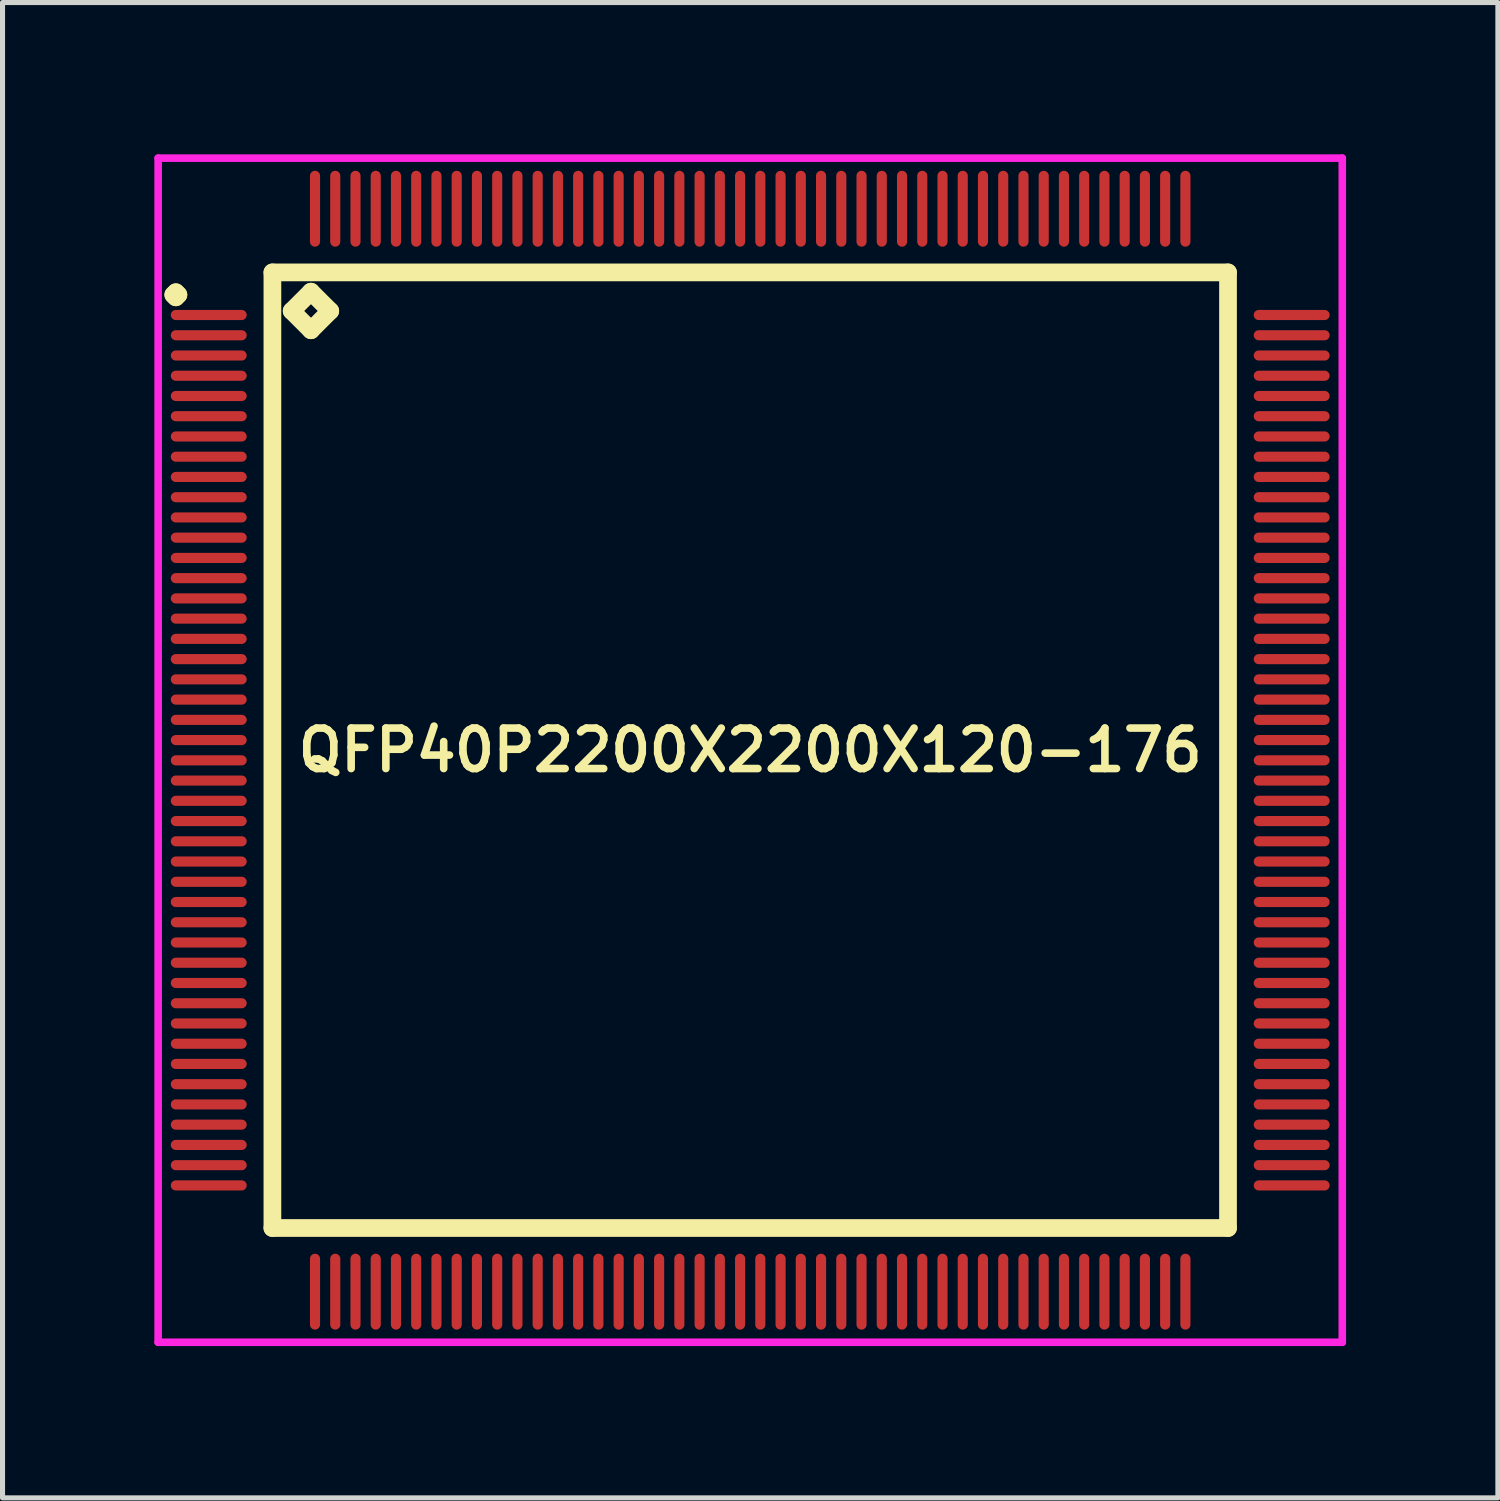
<source format=kicad_pcb>
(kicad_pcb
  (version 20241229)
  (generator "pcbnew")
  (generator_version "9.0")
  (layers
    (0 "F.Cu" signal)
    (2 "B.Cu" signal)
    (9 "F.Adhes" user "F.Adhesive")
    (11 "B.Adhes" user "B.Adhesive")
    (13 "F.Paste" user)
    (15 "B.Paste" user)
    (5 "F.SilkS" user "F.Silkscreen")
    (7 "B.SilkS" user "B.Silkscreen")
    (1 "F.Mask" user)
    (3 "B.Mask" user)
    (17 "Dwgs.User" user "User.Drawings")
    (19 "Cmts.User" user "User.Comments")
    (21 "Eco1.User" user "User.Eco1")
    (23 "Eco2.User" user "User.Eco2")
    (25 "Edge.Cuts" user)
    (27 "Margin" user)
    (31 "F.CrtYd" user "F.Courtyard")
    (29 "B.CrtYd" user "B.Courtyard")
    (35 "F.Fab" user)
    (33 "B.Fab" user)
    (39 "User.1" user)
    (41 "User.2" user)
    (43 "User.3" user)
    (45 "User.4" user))
  (footprint "QFP40P2200X2200X120-176"
    (layer "F.Cu")
    (at 11.775 11.775)
    (property "Reference" "QFP40P2200X2200X120-176" (at 0 0 0) (layer "F.SilkS") (effects (font (size 0.8 0.8) (thickness 0.15))))
    (attr smd)
    (fp_line (start -11.4 -9) (end -11.35 -9.05) (stroke (width 0.35) (type solid)) (layer "F.SilkS"))
    (fp_line (start -11.35 -9.05) (end -11.3 -9) (stroke (width 0.35) (type solid)) (layer "F.SilkS"))
    (fp_line (start -11.35 -8.95) (end -11.4 -9) (stroke (width 0.35) (type solid)) (layer "F.SilkS"))
    (fp_line (start -11.3 -9) (end -11.35 -8.95) (stroke (width 0.35) (type solid)) (layer "F.SilkS"))
    (fp_line (start -9.442 -9.442) (end -9.442 9.442) (stroke (width 0.35) (type solid)) (layer "F.SilkS"))
    (fp_line (start -9.442 9.442) (end 9.442 9.442) (stroke (width 0.35) (type solid)) (layer "F.SilkS"))
    (fp_line (start -9.061 -8.68) (end -8.68 -9.061) (stroke (width 0.35) (type solid)) (layer "F.SilkS"))
    (fp_line (start -8.68 -9.061) (end -8.299 -8.68) (stroke (width 0.35) (type solid)) (layer "F.SilkS"))
    (fp_line (start -8.68 -8.299) (end -9.061 -8.68) (stroke (width 0.35) (type solid)) (layer "F.SilkS"))
    (fp_line (start -8.299 -8.68) (end -8.68 -8.299) (stroke (width 0.35) (type solid)) (layer "F.SilkS"))
    (fp_line (start 9.442 -9.442) (end -9.442 -9.442) (stroke (width 0.35) (type solid)) (layer "F.SilkS"))
    (fp_line (start 9.442 9.442) (end 9.442 -9.442) (stroke (width 0.35) (type solid)) (layer "F.SilkS"))
    (fp_line (start -11.7 -11.7) (end 11.7 -11.7) (stroke (width 0.15) (type solid)) (layer "F.CrtYd"))
    (fp_line (start -11.7 11.7) (end -11.7 -11.7) (stroke (width 0.15) (type solid)) (layer "F.CrtYd"))
    (fp_line (start 11.7 -11.7) (end 11.7 11.7) (stroke (width 0.15) (type solid)) (layer "F.CrtYd"))
    (fp_line (start 11.7 11.7) (end -11.7 11.7) (stroke (width 0.15) (type solid)) (layer "F.CrtYd"))
    (pad "1" smd oval (at -10.7 -8.6) (size 1.5 0.2) (layers "F.Cu" "F.Mask" "F.Paste"))
    (pad "2" smd oval (at -10.7 -8.2) (size 1.5 0.2) (layers "F.Cu" "F.Mask" "F.Paste"))
    (pad "3" smd oval (at -10.7 -7.8) (size 1.5 0.2) (layers "F.Cu" "F.Mask" "F.Paste"))
    (pad "4" smd oval (at -10.7 -7.4) (size 1.5 0.2) (layers "F.Cu" "F.Mask" "F.Paste"))
    (pad "5" smd oval (at -10.7 -7) (size 1.5 0.2) (layers "F.Cu" "F.Mask" "F.Paste"))
    (pad "6" smd oval (at -10.7 -6.6) (size 1.5 0.2) (layers "F.Cu" "F.Mask" "F.Paste"))
    (pad "7" smd oval (at -10.7 -6.2) (size 1.5 0.2) (layers "F.Cu" "F.Mask" "F.Paste"))
    (pad "8" smd oval (at -10.7 -5.8) (size 1.5 0.2) (layers "F.Cu" "F.Mask" "F.Paste"))
    (pad "9" smd oval (at -10.7 -5.4) (size 1.5 0.2) (layers "F.Cu" "F.Mask" "F.Paste"))
    (pad "10" smd oval (at -10.7 -5) (size 1.5 0.2) (layers "F.Cu" "F.Mask" "F.Paste"))
    (pad "11" smd oval (at -10.7 -4.6) (size 1.5 0.2) (layers "F.Cu" "F.Mask" "F.Paste"))
    (pad "12" smd oval (at -10.7 -4.2) (size 1.5 0.2) (layers "F.Cu" "F.Mask" "F.Paste"))
    (pad "13" smd oval (at -10.7 -3.8) (size 1.5 0.2) (layers "F.Cu" "F.Mask" "F.Paste"))
    (pad "14" smd oval (at -10.7 -3.4) (size 1.5 0.2) (layers "F.Cu" "F.Mask" "F.Paste"))
    (pad "15" smd oval (at -10.7 -3) (size 1.5 0.2) (layers "F.Cu" "F.Mask" "F.Paste"))
    (pad "16" smd oval (at -10.7 -2.6) (size 1.5 0.2) (layers "F.Cu" "F.Mask" "F.Paste"))
    (pad "17" smd oval (at -10.7 -2.2) (size 1.5 0.2) (layers "F.Cu" "F.Mask" "F.Paste"))
    (pad "18" smd oval (at -10.7 -1.8) (size 1.5 0.2) (layers "F.Cu" "F.Mask" "F.Paste"))
    (pad "19" smd oval (at -10.7 -1.4) (size 1.5 0.2) (layers "F.Cu" "F.Mask" "F.Paste"))
    (pad "20" smd oval (at -10.7 -1) (size 1.5 0.2) (layers "F.Cu" "F.Mask" "F.Paste"))
    (pad "21" smd oval (at -10.7 -0.6) (size 1.5 0.2) (layers "F.Cu" "F.Mask" "F.Paste"))
    (pad "22" smd oval (at -10.7 -0.2) (size 1.5 0.2) (layers "F.Cu" "F.Mask" "F.Paste"))
    (pad "23" smd oval (at -10.7 0.2) (size 1.5 0.2) (layers "F.Cu" "F.Mask" "F.Paste"))
    (pad "24" smd oval (at -10.7 0.6) (size 1.5 0.2) (layers "F.Cu" "F.Mask" "F.Paste"))
    (pad "25" smd oval (at -10.7 1) (size 1.5 0.2) (layers "F.Cu" "F.Mask" "F.Paste"))
    (pad "26" smd oval (at -10.7 1.4) (size 1.5 0.2) (layers "F.Cu" "F.Mask" "F.Paste"))
    (pad "27" smd oval (at -10.7 1.8) (size 1.5 0.2) (layers "F.Cu" "F.Mask" "F.Paste"))
    (pad "28" smd oval (at -10.7 2.2) (size 1.5 0.2) (layers "F.Cu" "F.Mask" "F.Paste"))
    (pad "29" smd oval (at -10.7 2.6) (size 1.5 0.2) (layers "F.Cu" "F.Mask" "F.Paste"))
    (pad "30" smd oval (at -10.7 3) (size 1.5 0.2) (layers "F.Cu" "F.Mask" "F.Paste"))
    (pad "31" smd oval (at -10.7 3.4) (size 1.5 0.2) (layers "F.Cu" "F.Mask" "F.Paste"))
    (pad "32" smd oval (at -10.7 3.8) (size 1.5 0.2) (layers "F.Cu" "F.Mask" "F.Paste"))
    (pad "33" smd oval (at -10.7 4.2) (size 1.5 0.2) (layers "F.Cu" "F.Mask" "F.Paste"))
    (pad "34" smd oval (at -10.7 4.6) (size 1.5 0.2) (layers "F.Cu" "F.Mask" "F.Paste"))
    (pad "35" smd oval (at -10.7 5) (size 1.5 0.2) (layers "F.Cu" "F.Mask" "F.Paste"))
    (pad "36" smd oval (at -10.7 5.4) (size 1.5 0.2) (layers "F.Cu" "F.Mask" "F.Paste"))
    (pad "37" smd oval (at -10.7 5.8) (size 1.5 0.2) (layers "F.Cu" "F.Mask" "F.Paste"))
    (pad "38" smd oval (at -10.7 6.2) (size 1.5 0.2) (layers "F.Cu" "F.Mask" "F.Paste"))
    (pad "39" smd oval (at -10.7 6.6) (size 1.5 0.2) (layers "F.Cu" "F.Mask" "F.Paste"))
    (pad "40" smd oval (at -10.7 7) (size 1.5 0.2) (layers "F.Cu" "F.Mask" "F.Paste"))
    (pad "41" smd oval (at -10.7 7.4) (size 1.5 0.2) (layers "F.Cu" "F.Mask" "F.Paste"))
    (pad "42" smd oval (at -10.7 7.8) (size 1.5 0.2) (layers "F.Cu" "F.Mask" "F.Paste"))
    (pad "43" smd oval (at -10.7 8.2) (size 1.5 0.2) (layers "F.Cu" "F.Mask" "F.Paste"))
    (pad "44" smd oval (at -10.7 8.6) (size 1.5 0.2) (layers "F.Cu" "F.Mask" "F.Paste"))
    (pad "45" smd oval (at -8.6 10.7) (size 0.2 1.5) (layers "F.Cu" "F.Mask" "F.Paste"))
    (pad "46" smd oval (at -8.2 10.7) (size 0.2 1.5) (layers "F.Cu" "F.Mask" "F.Paste"))
    (pad "47" smd oval (at -7.8 10.7) (size 0.2 1.5) (layers "F.Cu" "F.Mask" "F.Paste"))
    (pad "48" smd oval (at -7.4 10.7) (size 0.2 1.5) (layers "F.Cu" "F.Mask" "F.Paste"))
    (pad "49" smd oval (at -7 10.7) (size 0.2 1.5) (layers "F.Cu" "F.Mask" "F.Paste"))
    (pad "50" smd oval (at -6.6 10.7) (size 0.2 1.5) (layers "F.Cu" "F.Mask" "F.Paste"))
    (pad "51" smd oval (at -6.2 10.7) (size 0.2 1.5) (layers "F.Cu" "F.Mask" "F.Paste"))
    (pad "52" smd oval (at -5.8 10.7) (size 0.2 1.5) (layers "F.Cu" "F.Mask" "F.Paste"))
    (pad "53" smd oval (at -5.4 10.7) (size 0.2 1.5) (layers "F.Cu" "F.Mask" "F.Paste"))
    (pad "54" smd oval (at -5 10.7) (size 0.2 1.5) (layers "F.Cu" "F.Mask" "F.Paste"))
    (pad "55" smd oval (at -4.6 10.7) (size 0.2 1.5) (layers "F.Cu" "F.Mask" "F.Paste"))
    (pad "56" smd oval (at -4.2 10.7) (size 0.2 1.5) (layers "F.Cu" "F.Mask" "F.Paste"))
    (pad "57" smd oval (at -3.8 10.7) (size 0.2 1.5) (layers "F.Cu" "F.Mask" "F.Paste"))
    (pad "58" smd oval (at -3.4 10.7) (size 0.2 1.5) (layers "F.Cu" "F.Mask" "F.Paste"))
    (pad "59" smd oval (at -3 10.7) (size 0.2 1.5) (layers "F.Cu" "F.Mask" "F.Paste"))
    (pad "60" smd oval (at -2.6 10.7) (size 0.2 1.5) (layers "F.Cu" "F.Mask" "F.Paste"))
    (pad "61" smd oval (at -2.2 10.7) (size 0.2 1.5) (layers "F.Cu" "F.Mask" "F.Paste"))
    (pad "62" smd oval (at -1.8 10.7) (size 0.2 1.5) (layers "F.Cu" "F.Mask" "F.Paste"))
    (pad "63" smd oval (at -1.4 10.7) (size 0.2 1.5) (layers "F.Cu" "F.Mask" "F.Paste"))
    (pad "64" smd oval (at -1 10.7) (size 0.2 1.5) (layers "F.Cu" "F.Mask" "F.Paste"))
    (pad "65" smd oval (at -0.6 10.7) (size 0.2 1.5) (layers "F.Cu" "F.Mask" "F.Paste"))
    (pad "66" smd oval (at -0.2 10.7) (size 0.2 1.5) (layers "F.Cu" "F.Mask" "F.Paste"))
    (pad "67" smd oval (at 0.2 10.7) (size 0.2 1.5) (layers "F.Cu" "F.Mask" "F.Paste"))
    (pad "68" smd oval (at 0.6 10.7) (size 0.2 1.5) (layers "F.Cu" "F.Mask" "F.Paste"))
    (pad "69" smd oval (at 1 10.7) (size 0.2 1.5) (layers "F.Cu" "F.Mask" "F.Paste"))
    (pad "70" smd oval (at 1.4 10.7) (size 0.2 1.5) (layers "F.Cu" "F.Mask" "F.Paste"))
    (pad "71" smd oval (at 1.8 10.7) (size 0.2 1.5) (layers "F.Cu" "F.Mask" "F.Paste"))
    (pad "72" smd oval (at 2.2 10.7) (size 0.2 1.5) (layers "F.Cu" "F.Mask" "F.Paste"))
    (pad "73" smd oval (at 2.6 10.7) (size 0.2 1.5) (layers "F.Cu" "F.Mask" "F.Paste"))
    (pad "74" smd oval (at 3 10.7) (size 0.2 1.5) (layers "F.Cu" "F.Mask" "F.Paste"))
    (pad "75" smd oval (at 3.4 10.7) (size 0.2 1.5) (layers "F.Cu" "F.Mask" "F.Paste"))
    (pad "76" smd oval (at 3.8 10.7) (size 0.2 1.5) (layers "F.Cu" "F.Mask" "F.Paste"))
    (pad "77" smd oval (at 4.2 10.7) (size 0.2 1.5) (layers "F.Cu" "F.Mask" "F.Paste"))
    (pad "78" smd oval (at 4.6 10.7) (size 0.2 1.5) (layers "F.Cu" "F.Mask" "F.Paste"))
    (pad "79" smd oval (at 5 10.7) (size 0.2 1.5) (layers "F.Cu" "F.Mask" "F.Paste"))
    (pad "80" smd oval (at 5.4 10.7) (size 0.2 1.5) (layers "F.Cu" "F.Mask" "F.Paste"))
    (pad "81" smd oval (at 5.8 10.7) (size 0.2 1.5) (layers "F.Cu" "F.Mask" "F.Paste"))
    (pad "82" smd oval (at 6.2 10.7) (size 0.2 1.5) (layers "F.Cu" "F.Mask" "F.Paste"))
    (pad "83" smd oval (at 6.6 10.7) (size 0.2 1.5) (layers "F.Cu" "F.Mask" "F.Paste"))
    (pad "84" smd oval (at 7 10.7) (size 0.2 1.5) (layers "F.Cu" "F.Mask" "F.Paste"))
    (pad "85" smd oval (at 7.4 10.7) (size 0.2 1.5) (layers "F.Cu" "F.Mask" "F.Paste"))
    (pad "86" smd oval (at 7.8 10.7) (size 0.2 1.5) (layers "F.Cu" "F.Mask" "F.Paste"))
    (pad "87" smd oval (at 8.2 10.7) (size 0.2 1.5) (layers "F.Cu" "F.Mask" "F.Paste"))
    (pad "88" smd oval (at 8.6 10.7) (size 0.2 1.5) (layers "F.Cu" "F.Mask" "F.Paste"))
    (pad "89" smd oval (at 10.7 8.6) (size 1.5 0.2) (layers "F.Cu" "F.Mask" "F.Paste"))
    (pad "90" smd oval (at 10.7 8.2) (size 1.5 0.2) (layers "F.Cu" "F.Mask" "F.Paste"))
    (pad "91" smd oval (at 10.7 7.8) (size 1.5 0.2) (layers "F.Cu" "F.Mask" "F.Paste"))
    (pad "92" smd oval (at 10.7 7.4) (size 1.5 0.2) (layers "F.Cu" "F.Mask" "F.Paste"))
    (pad "93" smd oval (at 10.7 7) (size 1.5 0.2) (layers "F.Cu" "F.Mask" "F.Paste"))
    (pad "94" smd oval (at 10.7 6.6) (size 1.5 0.2) (layers "F.Cu" "F.Mask" "F.Paste"))
    (pad "95" smd oval (at 10.7 6.2) (size 1.5 0.2) (layers "F.Cu" "F.Mask" "F.Paste"))
    (pad "96" smd oval (at 10.7 5.8) (size 1.5 0.2) (layers "F.Cu" "F.Mask" "F.Paste"))
    (pad "97" smd oval (at 10.7 5.4) (size 1.5 0.2) (layers "F.Cu" "F.Mask" "F.Paste"))
    (pad "98" smd oval (at 10.7 5) (size 1.5 0.2) (layers "F.Cu" "F.Mask" "F.Paste"))
    (pad "99" smd oval (at 10.7 4.6) (size 1.5 0.2) (layers "F.Cu" "F.Mask" "F.Paste"))
    (pad "100" smd oval (at 10.7 4.2) (size 1.5 0.2) (layers "F.Cu" "F.Mask" "F.Paste"))
    (pad "101" smd oval (at 10.7 3.8) (size 1.5 0.2) (layers "F.Cu" "F.Mask" "F.Paste"))
    (pad "102" smd oval (at 10.7 3.4) (size 1.5 0.2) (layers "F.Cu" "F.Mask" "F.Paste"))
    (pad "103" smd oval (at 10.7 3) (size 1.5 0.2) (layers "F.Cu" "F.Mask" "F.Paste"))
    (pad "104" smd oval (at 10.7 2.6) (size 1.5 0.2) (layers "F.Cu" "F.Mask" "F.Paste"))
    (pad "105" smd oval (at 10.7 2.2) (size 1.5 0.2) (layers "F.Cu" "F.Mask" "F.Paste"))
    (pad "106" smd oval (at 10.7 1.8) (size 1.5 0.2) (layers "F.Cu" "F.Mask" "F.Paste"))
    (pad "107" smd oval (at 10.7 1.4) (size 1.5 0.2) (layers "F.Cu" "F.Mask" "F.Paste"))
    (pad "108" smd oval (at 10.7 1) (size 1.5 0.2) (layers "F.Cu" "F.Mask" "F.Paste"))
    (pad "109" smd oval (at 10.7 0.6) (size 1.5 0.2) (layers "F.Cu" "F.Mask" "F.Paste"))
    (pad "110" smd oval (at 10.7 0.2) (size 1.5 0.2) (layers "F.Cu" "F.Mask" "F.Paste"))
    (pad "111" smd oval (at 10.7 -0.2) (size 1.5 0.2) (layers "F.Cu" "F.Mask" "F.Paste"))
    (pad "112" smd oval (at 10.7 -0.6) (size 1.5 0.2) (layers "F.Cu" "F.Mask" "F.Paste"))
    (pad "113" smd oval (at 10.7 -1) (size 1.5 0.2) (layers "F.Cu" "F.Mask" "F.Paste"))
    (pad "114" smd oval (at 10.7 -1.4) (size 1.5 0.2) (layers "F.Cu" "F.Mask" "F.Paste"))
    (pad "115" smd oval (at 10.7 -1.8) (size 1.5 0.2) (layers "F.Cu" "F.Mask" "F.Paste"))
    (pad "116" smd oval (at 10.7 -2.2) (size 1.5 0.2) (layers "F.Cu" "F.Mask" "F.Paste"))
    (pad "117" smd oval (at 10.7 -2.6) (size 1.5 0.2) (layers "F.Cu" "F.Mask" "F.Paste"))
    (pad "118" smd oval (at 10.7 -3) (size 1.5 0.2) (layers "F.Cu" "F.Mask" "F.Paste"))
    (pad "119" smd oval (at 10.7 -3.4) (size 1.5 0.2) (layers "F.Cu" "F.Mask" "F.Paste"))
    (pad "120" smd oval (at 10.7 -3.8) (size 1.5 0.2) (layers "F.Cu" "F.Mask" "F.Paste"))
    (pad "121" smd oval (at 10.7 -4.2) (size 1.5 0.2) (layers "F.Cu" "F.Mask" "F.Paste"))
    (pad "122" smd oval (at 10.7 -4.6) (size 1.5 0.2) (layers "F.Cu" "F.Mask" "F.Paste"))
    (pad "123" smd oval (at 10.7 -5) (size 1.5 0.2) (layers "F.Cu" "F.Mask" "F.Paste"))
    (pad "124" smd oval (at 10.7 -5.4) (size 1.5 0.2) (layers "F.Cu" "F.Mask" "F.Paste"))
    (pad "125" smd oval (at 10.7 -5.8) (size 1.5 0.2) (layers "F.Cu" "F.Mask" "F.Paste"))
    (pad "126" smd oval (at 10.7 -6.2) (size 1.5 0.2) (layers "F.Cu" "F.Mask" "F.Paste"))
    (pad "127" smd oval (at 10.7 -6.6) (size 1.5 0.2) (layers "F.Cu" "F.Mask" "F.Paste"))
    (pad "128" smd oval (at 10.7 -7) (size 1.5 0.2) (layers "F.Cu" "F.Mask" "F.Paste"))
    (pad "129" smd oval (at 10.7 -7.4) (size 1.5 0.2) (layers "F.Cu" "F.Mask" "F.Paste"))
    (pad "130" smd oval (at 10.7 -7.8) (size 1.5 0.2) (layers "F.Cu" "F.Mask" "F.Paste"))
    (pad "131" smd oval (at 10.7 -8.2) (size 1.5 0.2) (layers "F.Cu" "F.Mask" "F.Paste"))
    (pad "132" smd oval (at 10.7 -8.6) (size 1.5 0.2) (layers "F.Cu" "F.Mask" "F.Paste"))
    (pad "133" smd oval (at 8.6 -10.7) (size 0.2 1.5) (layers "F.Cu" "F.Mask" "F.Paste"))
    (pad "134" smd oval (at 8.2 -10.7) (size 0.2 1.5) (layers "F.Cu" "F.Mask" "F.Paste"))
    (pad "135" smd oval (at 7.8 -10.7) (size 0.2 1.5) (layers "F.Cu" "F.Mask" "F.Paste"))
    (pad "136" smd oval (at 7.4 -10.7) (size 0.2 1.5) (layers "F.Cu" "F.Mask" "F.Paste"))
    (pad "137" smd oval (at 7 -10.7) (size 0.2 1.5) (layers "F.Cu" "F.Mask" "F.Paste"))
    (pad "138" smd oval (at 6.6 -10.7) (size 0.2 1.5) (layers "F.Cu" "F.Mask" "F.Paste"))
    (pad "139" smd oval (at 6.2 -10.7) (size 0.2 1.5) (layers "F.Cu" "F.Mask" "F.Paste"))
    (pad "140" smd oval (at 5.8 -10.7) (size 0.2 1.5) (layers "F.Cu" "F.Mask" "F.Paste"))
    (pad "141" smd oval (at 5.4 -10.7) (size 0.2 1.5) (layers "F.Cu" "F.Mask" "F.Paste"))
    (pad "142" smd oval (at 5 -10.7) (size 0.2 1.5) (layers "F.Cu" "F.Mask" "F.Paste"))
    (pad "143" smd oval (at 4.6 -10.7) (size 0.2 1.5) (layers "F.Cu" "F.Mask" "F.Paste"))
    (pad "144" smd oval (at 4.2 -10.7) (size 0.2 1.5) (layers "F.Cu" "F.Mask" "F.Paste"))
    (pad "145" smd oval (at 3.8 -10.7) (size 0.2 1.5) (layers "F.Cu" "F.Mask" "F.Paste"))
    (pad "146" smd oval (at 3.4 -10.7) (size 0.2 1.5) (layers "F.Cu" "F.Mask" "F.Paste"))
    (pad "147" smd oval (at 3 -10.7) (size 0.2 1.5) (layers "F.Cu" "F.Mask" "F.Paste"))
    (pad "148" smd oval (at 2.6 -10.7) (size 0.2 1.5) (layers "F.Cu" "F.Mask" "F.Paste"))
    (pad "149" smd oval (at 2.2 -10.7) (size 0.2 1.5) (layers "F.Cu" "F.Mask" "F.Paste"))
    (pad "150" smd oval (at 1.8 -10.7) (size 0.2 1.5) (layers "F.Cu" "F.Mask" "F.Paste"))
    (pad "151" smd oval (at 1.4 -10.7) (size 0.2 1.5) (layers "F.Cu" "F.Mask" "F.Paste"))
    (pad "152" smd oval (at 1 -10.7) (size 0.2 1.5) (layers "F.Cu" "F.Mask" "F.Paste"))
    (pad "153" smd oval (at 0.6 -10.7) (size 0.2 1.5) (layers "F.Cu" "F.Mask" "F.Paste"))
    (pad "154" smd oval (at 0.2 -10.7) (size 0.2 1.5) (layers "F.Cu" "F.Mask" "F.Paste"))
    (pad "155" smd oval (at -0.2 -10.7) (size 0.2 1.5) (layers "F.Cu" "F.Mask" "F.Paste"))
    (pad "156" smd oval (at -0.6 -10.7) (size 0.2 1.5) (layers "F.Cu" "F.Mask" "F.Paste"))
    (pad "157" smd oval (at -1 -10.7) (size 0.2 1.5) (layers "F.Cu" "F.Mask" "F.Paste"))
    (pad "158" smd oval (at -1.4 -10.7) (size 0.2 1.5) (layers "F.Cu" "F.Mask" "F.Paste"))
    (pad "159" smd oval (at -1.8 -10.7) (size 0.2 1.5) (layers "F.Cu" "F.Mask" "F.Paste"))
    (pad "160" smd oval (at -2.2 -10.7) (size 0.2 1.5) (layers "F.Cu" "F.Mask" "F.Paste"))
    (pad "161" smd oval (at -2.6 -10.7) (size 0.2 1.5) (layers "F.Cu" "F.Mask" "F.Paste"))
    (pad "162" smd oval (at -3 -10.7) (size 0.2 1.5) (layers "F.Cu" "F.Mask" "F.Paste"))
    (pad "163" smd oval (at -3.4 -10.7) (size 0.2 1.5) (layers "F.Cu" "F.Mask" "F.Paste"))
    (pad "164" smd oval (at -3.8 -10.7) (size 0.2 1.5) (layers "F.Cu" "F.Mask" "F.Paste"))
    (pad "165" smd oval (at -4.2 -10.7) (size 0.2 1.5) (layers "F.Cu" "F.Mask" "F.Paste"))
    (pad "166" smd oval (at -4.6 -10.7) (size 0.2 1.5) (layers "F.Cu" "F.Mask" "F.Paste"))
    (pad "167" smd oval (at -5 -10.7) (size 0.2 1.5) (layers "F.Cu" "F.Mask" "F.Paste"))
    (pad "168" smd oval (at -5.4 -10.7) (size 0.2 1.5) (layers "F.Cu" "F.Mask" "F.Paste"))
    (pad "169" smd oval (at -5.8 -10.7) (size 0.2 1.5) (layers "F.Cu" "F.Mask" "F.Paste"))
    (pad "170" smd oval (at -6.2 -10.7) (size 0.2 1.5) (layers "F.Cu" "F.Mask" "F.Paste"))
    (pad "171" smd oval (at -6.6 -10.7) (size 0.2 1.5) (layers "F.Cu" "F.Mask" "F.Paste"))
    (pad "172" smd oval (at -7 -10.7) (size 0.2 1.5) (layers "F.Cu" "F.Mask" "F.Paste"))
    (pad "173" smd oval (at -7.4 -10.7) (size 0.2 1.5) (layers "F.Cu" "F.Mask" "F.Paste"))
    (pad "174" smd oval (at -7.8 -10.7) (size 0.2 1.5) (layers "F.Cu" "F.Mask" "F.Paste"))
    (pad "175" smd oval (at -8.2 -10.7) (size 0.2 1.5) (layers "F.Cu" "F.Mask" "F.Paste"))
    (pad "176" smd oval (at -8.6 -10.7) (size 0.2 1.5) (layers "F.Cu" "F.Mask" "F.Paste")))
  (gr_rect
    (start -3 -3)
    (end 26.55 26.55)
    (stroke (width 0.1) (type default))
    (fill no)
    (layer "Edge.Cuts")))
</source>
